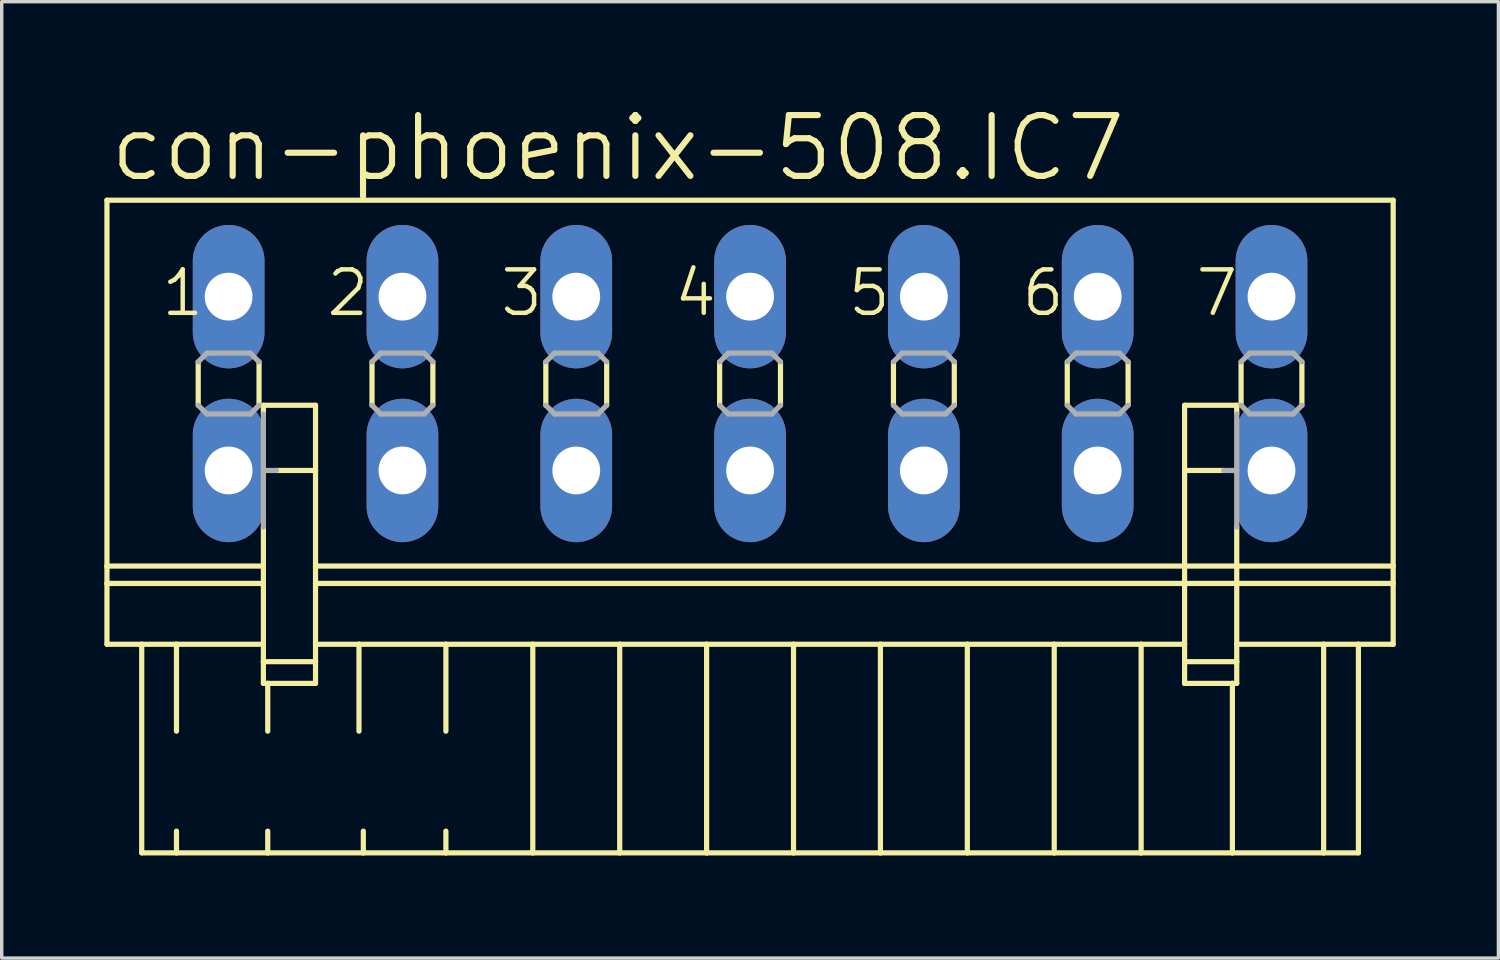
<source format=kicad_pcb>
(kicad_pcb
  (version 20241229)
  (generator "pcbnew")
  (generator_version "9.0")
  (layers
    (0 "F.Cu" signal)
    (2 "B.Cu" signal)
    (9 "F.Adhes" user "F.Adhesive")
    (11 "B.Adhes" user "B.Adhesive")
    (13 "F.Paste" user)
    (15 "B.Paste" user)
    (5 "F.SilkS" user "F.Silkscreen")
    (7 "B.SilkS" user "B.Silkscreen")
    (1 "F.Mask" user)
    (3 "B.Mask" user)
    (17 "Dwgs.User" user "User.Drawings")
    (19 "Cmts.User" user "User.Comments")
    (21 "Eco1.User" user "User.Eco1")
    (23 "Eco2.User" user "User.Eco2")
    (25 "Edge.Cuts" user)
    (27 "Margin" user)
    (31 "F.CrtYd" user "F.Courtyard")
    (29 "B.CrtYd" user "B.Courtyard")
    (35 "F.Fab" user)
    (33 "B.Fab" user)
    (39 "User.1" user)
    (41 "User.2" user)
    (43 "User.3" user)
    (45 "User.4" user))
  (footprint "con-phoenix-508.IC7"
    (layer "F.Cu")
    (at 18.872 8.16)
    (property "Reference" "con-phoenix-508.IC7" (at -18.796 -5.842 0) (layer "F.SilkS") (effects (font (size 1.778 1.778) (thickness 0.18)) (justify left bottom)))
    (attr through_hole)
    (fp_line (start -18.796 -5.359) (end -18.796 5.334) (stroke (width 0.152) (type default)) (layer "F.SilkS"))
    (fp_line (start -18.796 -5.359) (end 18.796 -5.359) (stroke (width 0.152) (type default)) (layer "F.SilkS"))
    (fp_line (start -18.796 5.334) (end -18.796 5.842) (stroke (width 0.152) (type default)) (layer "F.SilkS"))
    (fp_line (start -18.796 5.334) (end -14.224 5.334) (stroke (width 0.152) (type default)) (layer "F.SilkS"))
    (fp_line (start -18.796 5.842) (end -18.796 7.62) (stroke (width 0.152) (type default)) (layer "F.SilkS"))
    (fp_line (start -18.796 5.842) (end -14.224 5.842) (stroke (width 0.152) (type default)) (layer "F.SilkS"))
    (fp_line (start -18.796 7.62) (end -17.78 7.62) (stroke (width 0.152) (type default)) (layer "F.SilkS"))
    (fp_line (start -17.78 7.62) (end -17.78 13.716) (stroke (width 0.152) (type default)) (layer "F.SilkS"))
    (fp_line (start -17.78 7.62) (end -16.764 7.62) (stroke (width 0.152) (type default)) (layer "F.SilkS"))
    (fp_line (start -17.78 13.716) (end -16.764 13.716) (stroke (width 0.152) (type default)) (layer "F.SilkS"))
    (fp_line (start -16.764 7.62) (end -16.764 10.16) (stroke (width 0.152) (type default)) (layer "F.SilkS"))
    (fp_line (start -16.764 7.62) (end -14.224 7.62) (stroke (width 0.152) (type default)) (layer "F.SilkS"))
    (fp_line (start -16.764 13.081) (end -16.764 13.716) (stroke (width 0.152) (type default)) (layer "F.SilkS"))
    (fp_line (start -16.764 13.716) (end -14.097 13.716) (stroke (width 0.152) (type default)) (layer "F.SilkS"))
    (fp_line (start -16.129 -0.635) (end -16.129 0.635) (stroke (width 0.152) (type default)) (layer "F.SilkS"))
    (fp_line (start -14.351 -0.635) (end -14.351 0.635) (stroke (width 0.152) (type default)) (layer "F.SilkS"))
    (fp_line (start -14.224 0.635) (end -14.224 0.889) (stroke (width 0.152) (type default)) (layer "F.SilkS"))
    (fp_line (start -14.224 0.635) (end -12.7 0.635) (stroke (width 0.152) (type default)) (layer "F.SilkS"))
    (fp_line (start -14.224 4.191) (end -14.224 5.334) (stroke (width 0.152) (type default)) (layer "F.SilkS"))
    (fp_line (start -14.224 5.842) (end -14.224 5.334) (stroke (width 0.152) (type default)) (layer "F.SilkS"))
    (fp_line (start -14.224 7.62) (end -14.224 5.842) (stroke (width 0.152) (type default)) (layer "F.SilkS"))
    (fp_line (start -14.224 8.128) (end -14.224 7.62) (stroke (width 0.152) (type default)) (layer "F.SilkS"))
    (fp_line (start -14.224 8.128) (end -12.7 8.128) (stroke (width 0.152) (type default)) (layer "F.SilkS"))
    (fp_line (start -14.224 8.763) (end -14.224 8.128) (stroke (width 0.152) (type default)) (layer "F.SilkS"))
    (fp_line (start -14.097 8.763) (end -14.224 8.763) (stroke (width 0.152) (type default)) (layer "F.SilkS"))
    (fp_line (start -14.097 8.763) (end -14.097 10.16) (stroke (width 0.152) (type default)) (layer "F.SilkS"))
    (fp_line (start -14.097 13.081) (end -14.097 13.716) (stroke (width 0.152) (type default)) (layer "F.SilkS"))
    (fp_line (start -14.097 13.716) (end -11.303 13.716) (stroke (width 0.152) (type default)) (layer "F.SilkS"))
    (fp_line (start -12.7 0.635) (end -12.7 2.54) (stroke (width 0.152) (type default)) (layer "F.SilkS"))
    (fp_line (start -12.7 2.54) (end -13.843 2.54) (stroke (width 0.152) (type default)) (layer "F.SilkS"))
    (fp_line (start -12.7 2.54) (end -12.7 5.334) (stroke (width 0.152) (type default)) (layer "F.SilkS"))
    (fp_line (start -12.7 5.334) (end -12.7 5.842) (stroke (width 0.152) (type default)) (layer "F.SilkS"))
    (fp_line (start -12.7 5.334) (end 12.7 5.334) (stroke (width 0.152) (type default)) (layer "F.SilkS"))
    (fp_line (start -12.7 5.842) (end -12.7 7.62) (stroke (width 0.152) (type default)) (layer "F.SilkS"))
    (fp_line (start -12.7 5.842) (end 12.7 5.842) (stroke (width 0.152) (type default)) (layer "F.SilkS"))
    (fp_line (start -12.7 7.62) (end -12.7 8.128) (stroke (width 0.152) (type default)) (layer "F.SilkS"))
    (fp_line (start -12.7 7.62) (end -11.43 7.62) (stroke (width 0.152) (type default)) (layer "F.SilkS"))
    (fp_line (start -12.7 8.128) (end -12.7 8.763) (stroke (width 0.152) (type default)) (layer "F.SilkS"))
    (fp_line (start -12.7 8.763) (end -14.097 8.763) (stroke (width 0.152) (type default)) (layer "F.SilkS"))
    (fp_line (start -11.43 7.62) (end -11.43 10.16) (stroke (width 0.152) (type default)) (layer "F.SilkS"))
    (fp_line (start -11.43 7.62) (end -8.89 7.62) (stroke (width 0.152) (type default)) (layer "F.SilkS"))
    (fp_line (start -11.303 13.081) (end -11.303 13.716) (stroke (width 0.152) (type default)) (layer "F.SilkS"))
    (fp_line (start -11.303 13.716) (end -8.89 13.716) (stroke (width 0.152) (type default)) (layer "F.SilkS"))
    (fp_line (start -11.049 -0.635) (end -11.049 0.635) (stroke (width 0.152) (type default)) (layer "F.SilkS"))
    (fp_line (start -9.271 -0.635) (end -9.271 0.635) (stroke (width 0.152) (type default)) (layer "F.SilkS"))
    (fp_line (start -8.89 7.62) (end -8.89 10.16) (stroke (width 0.152) (type default)) (layer "F.SilkS"))
    (fp_line (start -8.89 7.62) (end -6.35 7.62) (stroke (width 0.152) (type default)) (layer "F.SilkS"))
    (fp_line (start -8.89 13.081) (end -8.89 13.716) (stroke (width 0.152) (type default)) (layer "F.SilkS"))
    (fp_line (start -8.89 13.716) (end -6.35 13.716) (stroke (width 0.152) (type default)) (layer "F.SilkS"))
    (fp_line (start -6.35 7.62) (end -6.35 13.716) (stroke (width 0.152) (type default)) (layer "F.SilkS"))
    (fp_line (start -6.35 7.62) (end -3.81 7.62) (stroke (width 0.152) (type default)) (layer "F.SilkS"))
    (fp_line (start -6.35 13.716) (end -3.81 13.716) (stroke (width 0.152) (type default)) (layer "F.SilkS"))
    (fp_line (start -5.969 -0.635) (end -5.969 0.635) (stroke (width 0.152) (type default)) (layer "F.SilkS"))
    (fp_line (start -4.191 -0.635) (end -4.191 0.635) (stroke (width 0.152) (type default)) (layer "F.SilkS"))
    (fp_line (start -3.81 7.62) (end -3.81 13.716) (stroke (width 0.152) (type default)) (layer "F.SilkS"))
    (fp_line (start -3.81 7.62) (end -1.27 7.62) (stroke (width 0.152) (type default)) (layer "F.SilkS"))
    (fp_line (start -3.81 13.716) (end -1.27 13.716) (stroke (width 0.152) (type default)) (layer "F.SilkS"))
    (fp_line (start -1.27 7.62) (end -1.27 13.716) (stroke (width 0.152) (type default)) (layer "F.SilkS"))
    (fp_line (start -1.27 7.62) (end 1.27 7.62) (stroke (width 0.152) (type default)) (layer "F.SilkS"))
    (fp_line (start -1.27 13.716) (end 1.27 13.716) (stroke (width 0.152) (type default)) (layer "F.SilkS"))
    (fp_line (start -0.889 -0.635) (end -0.889 0.635) (stroke (width 0.152) (type default)) (layer "F.SilkS"))
    (fp_line (start 0.889 -0.635) (end 0.889 0.635) (stroke (width 0.152) (type default)) (layer "F.SilkS"))
    (fp_line (start 1.27 7.62) (end 1.27 13.716) (stroke (width 0.152) (type default)) (layer "F.SilkS"))
    (fp_line (start 1.27 7.62) (end 3.81 7.62) (stroke (width 0.152) (type default)) (layer "F.SilkS"))
    (fp_line (start 1.27 13.716) (end 3.81 13.716) (stroke (width 0.152) (type default)) (layer "F.SilkS"))
    (fp_line (start 3.81 7.62) (end 3.81 13.716) (stroke (width 0.152) (type default)) (layer "F.SilkS"))
    (fp_line (start 3.81 7.62) (end 6.35 7.62) (stroke (width 0.152) (type default)) (layer "F.SilkS"))
    (fp_line (start 3.81 13.716) (end 6.35 13.716) (stroke (width 0.152) (type default)) (layer "F.SilkS"))
    (fp_line (start 4.191 -0.635) (end 4.191 0.635) (stroke (width 0.152) (type default)) (layer "F.SilkS"))
    (fp_line (start 5.969 -0.635) (end 5.969 0.635) (stroke (width 0.152) (type default)) (layer "F.SilkS"))
    (fp_line (start 6.35 7.62) (end 6.35 13.716) (stroke (width 0.152) (type default)) (layer "F.SilkS"))
    (fp_line (start 6.35 7.62) (end 8.89 7.62) (stroke (width 0.152) (type default)) (layer "F.SilkS"))
    (fp_line (start 6.35 13.716) (end 8.89 13.716) (stroke (width 0.152) (type default)) (layer "F.SilkS"))
    (fp_line (start 8.89 7.62) (end 8.89 13.716) (stroke (width 0.152) (type default)) (layer "F.SilkS"))
    (fp_line (start 8.89 7.62) (end 11.43 7.62) (stroke (width 0.152) (type default)) (layer "F.SilkS"))
    (fp_line (start 8.89 13.716) (end 11.43 13.716) (stroke (width 0.152) (type default)) (layer "F.SilkS"))
    (fp_line (start 9.271 -0.635) (end 9.271 0.635) (stroke (width 0.152) (type default)) (layer "F.SilkS"))
    (fp_line (start 11.049 -0.635) (end 11.049 0.635) (stroke (width 0.152) (type default)) (layer "F.SilkS"))
    (fp_line (start 11.43 7.62) (end 11.43 13.716) (stroke (width 0.152) (type default)) (layer "F.SilkS"))
    (fp_line (start 11.43 7.62) (end 12.7 7.62) (stroke (width 0.152) (type default)) (layer "F.SilkS"))
    (fp_line (start 11.43 13.716) (end 14.097 13.716) (stroke (width 0.152) (type default)) (layer "F.SilkS"))
    (fp_line (start 12.7 0.635) (end 12.7 2.54) (stroke (width 0.152) (type default)) (layer "F.SilkS"))
    (fp_line (start 12.7 2.54) (end 12.7 5.334) (stroke (width 0.152) (type default)) (layer "F.SilkS"))
    (fp_line (start 12.7 2.54) (end 13.843 2.54) (stroke (width 0.152) (type default)) (layer "F.SilkS"))
    (fp_line (start 12.7 5.334) (end 12.7 5.842) (stroke (width 0.152) (type default)) (layer "F.SilkS"))
    (fp_line (start 12.7 5.334) (end 14.224 5.334) (stroke (width 0.152) (type default)) (layer "F.SilkS"))
    (fp_line (start 12.7 5.842) (end 12.7 7.62) (stroke (width 0.152) (type default)) (layer "F.SilkS"))
    (fp_line (start 12.7 5.842) (end 14.224 5.842) (stroke (width 0.152) (type default)) (layer "F.SilkS"))
    (fp_line (start 12.7 7.62) (end 12.7 8.128) (stroke (width 0.152) (type default)) (layer "F.SilkS"))
    (fp_line (start 12.7 8.128) (end 12.7 8.763) (stroke (width 0.152) (type default)) (layer "F.SilkS"))
    (fp_line (start 12.7 8.128) (end 14.224 8.128) (stroke (width 0.152) (type default)) (layer "F.SilkS"))
    (fp_line (start 14.097 8.763) (end 12.7 8.763) (stroke (width 0.152) (type default)) (layer "F.SilkS"))
    (fp_line (start 14.097 8.763) (end 14.097 13.716) (stroke (width 0.152) (type default)) (layer "F.SilkS"))
    (fp_line (start 14.097 13.716) (end 16.764 13.716) (stroke (width 0.152) (type default)) (layer "F.SilkS"))
    (fp_line (start 14.224 0.635) (end 12.7 0.635) (stroke (width 0.152) (type default)) (layer "F.SilkS"))
    (fp_line (start 14.224 0.889) (end 14.224 0.635) (stroke (width 0.152) (type default)) (layer "F.SilkS"))
    (fp_line (start 14.224 4.191) (end 14.224 5.334) (stroke (width 0.152) (type default)) (layer "F.SilkS"))
    (fp_line (start 14.224 5.334) (end 18.796 5.334) (stroke (width 0.152) (type default)) (layer "F.SilkS"))
    (fp_line (start 14.224 5.842) (end 14.224 5.334) (stroke (width 0.152) (type default)) (layer "F.SilkS"))
    (fp_line (start 14.224 5.842) (end 18.796 5.842) (stroke (width 0.152) (type default)) (layer "F.SilkS"))
    (fp_line (start 14.224 7.62) (end 14.224 5.842) (stroke (width 0.152) (type default)) (layer "F.SilkS"))
    (fp_line (start 14.224 7.62) (end 16.764 7.62) (stroke (width 0.152) (type default)) (layer "F.SilkS"))
    (fp_line (start 14.224 8.128) (end 14.224 7.62) (stroke (width 0.152) (type default)) (layer "F.SilkS"))
    (fp_line (start 14.224 8.763) (end 14.097 8.763) (stroke (width 0.152) (type default)) (layer "F.SilkS"))
    (fp_line (start 14.224 8.763) (end 14.224 8.128) (stroke (width 0.152) (type default)) (layer "F.SilkS"))
    (fp_line (start 14.351 -0.635) (end 14.351 0.635) (stroke (width 0.152) (type default)) (layer "F.SilkS"))
    (fp_line (start 16.129 -0.635) (end 16.129 0.635) (stroke (width 0.152) (type default)) (layer "F.SilkS"))
    (fp_line (start 16.764 7.62) (end 16.764 13.716) (stroke (width 0.152) (type default)) (layer "F.SilkS"))
    (fp_line (start 16.764 7.62) (end 17.78 7.62) (stroke (width 0.152) (type default)) (layer "F.SilkS"))
    (fp_line (start 16.764 13.716) (end 17.78 13.716) (stroke (width 0.152) (type default)) (layer "F.SilkS"))
    (fp_line (start 17.78 7.62) (end 17.78 13.716) (stroke (width 0.152) (type default)) (layer "F.SilkS"))
    (fp_line (start 17.78 7.62) (end 18.796 7.62) (stroke (width 0.152) (type default)) (layer "F.SilkS"))
    (fp_line (start 18.796 -5.359) (end 18.796 5.334) (stroke (width 0.152) (type default)) (layer "F.SilkS"))
    (fp_line (start 18.796 5.334) (end 18.796 5.842) (stroke (width 0.152) (type default)) (layer "F.SilkS"))
    (fp_line (start 18.796 5.842) (end 18.796 7.62) (stroke (width 0.152) (type default)) (layer "F.SilkS"))
    (fp_line (start -16.129 -0.635) (end -15.875 -0.889) (stroke (width 0.152) (type default)) (layer "F.Fab"))
    (fp_line (start -15.875 -0.889) (end -14.605 -0.889) (stroke (width 0.152) (type default)) (layer "F.Fab"))
    (fp_line (start -15.875 0.889) (end -16.129 0.635) (stroke (width 0.152) (type default)) (layer "F.Fab"))
    (fp_line (start -14.605 -0.889) (end -14.351 -0.635) (stroke (width 0.152) (type default)) (layer "F.Fab"))
    (fp_line (start -14.605 0.889) (end -15.875 0.889) (stroke (width 0.152) (type default)) (layer "F.Fab"))
    (fp_line (start -14.351 0.635) (end -14.605 0.889) (stroke (width 0.152) (type default)) (layer "F.Fab"))
    (fp_line (start -14.224 2.54) (end -14.224 0.889) (stroke (width 0.152) (type default)) (layer "F.Fab"))
    (fp_line (start -14.224 2.54) (end -13.843 2.54) (stroke (width 0.152) (type default)) (layer "F.Fab"))
    (fp_line (start -14.224 4.191) (end -14.224 2.54) (stroke (width 0.152) (type default)) (layer "F.Fab"))
    (fp_line (start -11.049 -0.635) (end -10.795 -0.889) (stroke (width 0.152) (type default)) (layer "F.Fab"))
    (fp_line (start -10.795 -0.889) (end -9.525 -0.889) (stroke (width 0.152) (type default)) (layer "F.Fab"))
    (fp_line (start -10.795 0.889) (end -11.049 0.635) (stroke (width 0.152) (type default)) (layer "F.Fab"))
    (fp_line (start -9.525 -0.889) (end -9.271 -0.635) (stroke (width 0.152) (type default)) (layer "F.Fab"))
    (fp_line (start -9.525 0.889) (end -10.795 0.889) (stroke (width 0.152) (type default)) (layer "F.Fab"))
    (fp_line (start -9.271 0.635) (end -9.525 0.889) (stroke (width 0.152) (type default)) (layer "F.Fab"))
    (fp_line (start -5.969 -0.635) (end -5.715 -0.889) (stroke (width 0.152) (type default)) (layer "F.Fab"))
    (fp_line (start -5.715 -0.889) (end -4.445 -0.889) (stroke (width 0.152) (type default)) (layer "F.Fab"))
    (fp_line (start -5.715 0.889) (end -5.969 0.635) (stroke (width 0.152) (type default)) (layer "F.Fab"))
    (fp_line (start -4.445 -0.889) (end -4.191 -0.635) (stroke (width 0.152) (type default)) (layer "F.Fab"))
    (fp_line (start -4.445 0.889) (end -5.715 0.889) (stroke (width 0.152) (type default)) (layer "F.Fab"))
    (fp_line (start -4.191 0.635) (end -4.445 0.889) (stroke (width 0.152) (type default)) (layer "F.Fab"))
    (fp_line (start -0.889 -0.635) (end -0.635 -0.889) (stroke (width 0.152) (type default)) (layer "F.Fab"))
    (fp_line (start -0.635 -0.889) (end 0.635 -0.889) (stroke (width 0.152) (type default)) (layer "F.Fab"))
    (fp_line (start -0.635 0.889) (end -0.889 0.635) (stroke (width 0.152) (type default)) (layer "F.Fab"))
    (fp_line (start 0.635 -0.889) (end 0.889 -0.635) (stroke (width 0.152) (type default)) (layer "F.Fab"))
    (fp_line (start 0.635 0.889) (end -0.635 0.889) (stroke (width 0.152) (type default)) (layer "F.Fab"))
    (fp_line (start 0.889 0.635) (end 0.635 0.889) (stroke (width 0.152) (type default)) (layer "F.Fab"))
    (fp_line (start 4.191 -0.635) (end 4.445 -0.889) (stroke (width 0.152) (type default)) (layer "F.Fab"))
    (fp_line (start 4.445 -0.889) (end 5.715 -0.889) (stroke (width 0.152) (type default)) (layer "F.Fab"))
    (fp_line (start 4.445 0.889) (end 4.191 0.635) (stroke (width 0.152) (type default)) (layer "F.Fab"))
    (fp_line (start 5.715 -0.889) (end 5.969 -0.635) (stroke (width 0.152) (type default)) (layer "F.Fab"))
    (fp_line (start 5.715 0.889) (end 4.445 0.889) (stroke (width 0.152) (type default)) (layer "F.Fab"))
    (fp_line (start 5.969 0.635) (end 5.715 0.889) (stroke (width 0.152) (type default)) (layer "F.Fab"))
    (fp_line (start 9.271 -0.635) (end 9.525 -0.889) (stroke (width 0.152) (type default)) (layer "F.Fab"))
    (fp_line (start 9.525 -0.889) (end 10.795 -0.889) (stroke (width 0.152) (type default)) (layer "F.Fab"))
    (fp_line (start 9.525 0.889) (end 9.271 0.635) (stroke (width 0.152) (type default)) (layer "F.Fab"))
    (fp_line (start 10.795 -0.889) (end 11.049 -0.635) (stroke (width 0.152) (type default)) (layer "F.Fab"))
    (fp_line (start 10.795 0.889) (end 9.525 0.889) (stroke (width 0.152) (type default)) (layer "F.Fab"))
    (fp_line (start 11.049 0.635) (end 10.795 0.889) (stroke (width 0.152) (type default)) (layer "F.Fab"))
    (fp_line (start 13.843 2.54) (end 14.224 2.54) (stroke (width 0.152) (type default)) (layer "F.Fab"))
    (fp_line (start 14.224 2.54) (end 14.224 0.889) (stroke (width 0.152) (type default)) (layer "F.Fab"))
    (fp_line (start 14.224 4.191) (end 14.224 2.54) (stroke (width 0.152) (type default)) (layer "F.Fab"))
    (fp_line (start 14.351 -0.635) (end 14.605 -0.889) (stroke (width 0.152) (type default)) (layer "F.Fab"))
    (fp_line (start 14.605 -0.889) (end 15.875 -0.889) (stroke (width 0.152) (type default)) (layer "F.Fab"))
    (fp_line (start 14.605 0.889) (end 14.351 0.635) (stroke (width 0.152) (type default)) (layer "F.Fab"))
    (fp_line (start 15.875 -0.889) (end 16.129 -0.635) (stroke (width 0.152) (type default)) (layer "F.Fab"))
    (fp_line (start 15.875 0.889) (end 14.605 0.889) (stroke (width 0.152) (type default)) (layer "F.Fab"))
    (fp_line (start 16.129 0.635) (end 15.875 0.889) (stroke (width 0.152) (type default)) (layer "F.Fab"))
    (fp_text user "2" (at -12.446 -1.905 0) (layer "F.SilkS") (effects (font (size 1.27 1.27) (thickness 0.13)) (justify left bottom)))
    (fp_text user "7" (at 12.954 -1.905 0) (layer "F.SilkS") (effects (font (size 1.27 1.27) (thickness 0.13)) (justify left bottom)))
    (fp_text user "1" (at -17.272 -1.905 0) (layer "F.SilkS") (effects (font (size 1.27 1.27) (thickness 0.13)) (justify left bottom)))
    (fp_text user "6" (at 7.874 -1.905 0) (layer "F.SilkS") (effects (font (size 1.27 1.27) (thickness 0.13)) (justify left bottom)))
    (fp_text user "5" (at 2.794 -1.905 0) (layer "F.SilkS") (effects (font (size 1.27 1.27) (thickness 0.13)) (justify left bottom)))
    (fp_text user "4" (at -2.286 -1.905 0) (layer "F.SilkS") (effects (font (size 1.27 1.27) (thickness 0.13)) (justify left bottom)))
    (fp_text user "3" (at -7.366 -1.905 0) (layer "F.SilkS") (effects (font (size 1.27 1.27) (thickness 0.13)) (justify left bottom)))
    (pad "1" thru_hole oval (at -15.24 -2.54 90) (size 4.191 2.095) (drill 1.397) (layers "*.Cu" "*.Mask"))
    (pad "1A" thru_hole oval (at -15.24 2.54 90) (size 4.191 2.095) (drill 1.397) (layers "*.Cu" "*.Mask"))
    (pad "2" thru_hole oval (at -10.16 -2.54 90) (size 4.191 2.095) (drill 1.397) (layers "*.Cu" "*.Mask"))
    (pad "2A" thru_hole oval (at -10.16 2.54 90) (size 4.191 2.095) (drill 1.397) (layers "*.Cu" "*.Mask"))
    (pad "3" thru_hole oval (at -5.08 -2.54 90) (size 4.191 2.095) (drill 1.397) (layers "*.Cu" "*.Mask"))
    (pad "3A" thru_hole oval (at -5.08 2.54 90) (size 4.191 2.095) (drill 1.397) (layers "*.Cu" "*.Mask"))
    (pad "4" thru_hole oval (at 0 -2.54 90) (size 4.191 2.095) (drill 1.397) (layers "*.Cu" "*.Mask"))
    (pad "4A" thru_hole oval (at 0 2.54 90) (size 4.191 2.095) (drill 1.397) (layers "*.Cu" "*.Mask"))
    (pad "5" thru_hole oval (at 5.08 -2.54 90) (size 4.191 2.095) (drill 1.397) (layers "*.Cu" "*.Mask"))
    (pad "5A" thru_hole oval (at 5.08 2.54 90) (size 4.191 2.095) (drill 1.397) (layers "*.Cu" "*.Mask"))
    (pad "6" thru_hole oval (at 10.16 -2.54 90) (size 4.191 2.095) (drill 1.397) (layers "*.Cu" "*.Mask"))
    (pad "6A" thru_hole oval (at 10.16 2.54 90) (size 4.191 2.095) (drill 1.397) (layers "*.Cu" "*.Mask"))
    (pad "7" thru_hole oval (at 15.24 -2.54 90) (size 4.191 2.095) (drill 1.397) (layers "*.Cu" "*.Mask"))
    (pad "7A" thru_hole oval (at 15.24 2.54 90) (size 4.191 2.095) (drill 1.397) (layers "*.Cu" "*.Mask")))
  (gr_rect
    (start -3 -3)
    (end 40.744 24.952)
    (stroke (width 0.1) (type default))
    (fill no)
    (layer "Edge.Cuts")))
</source>
